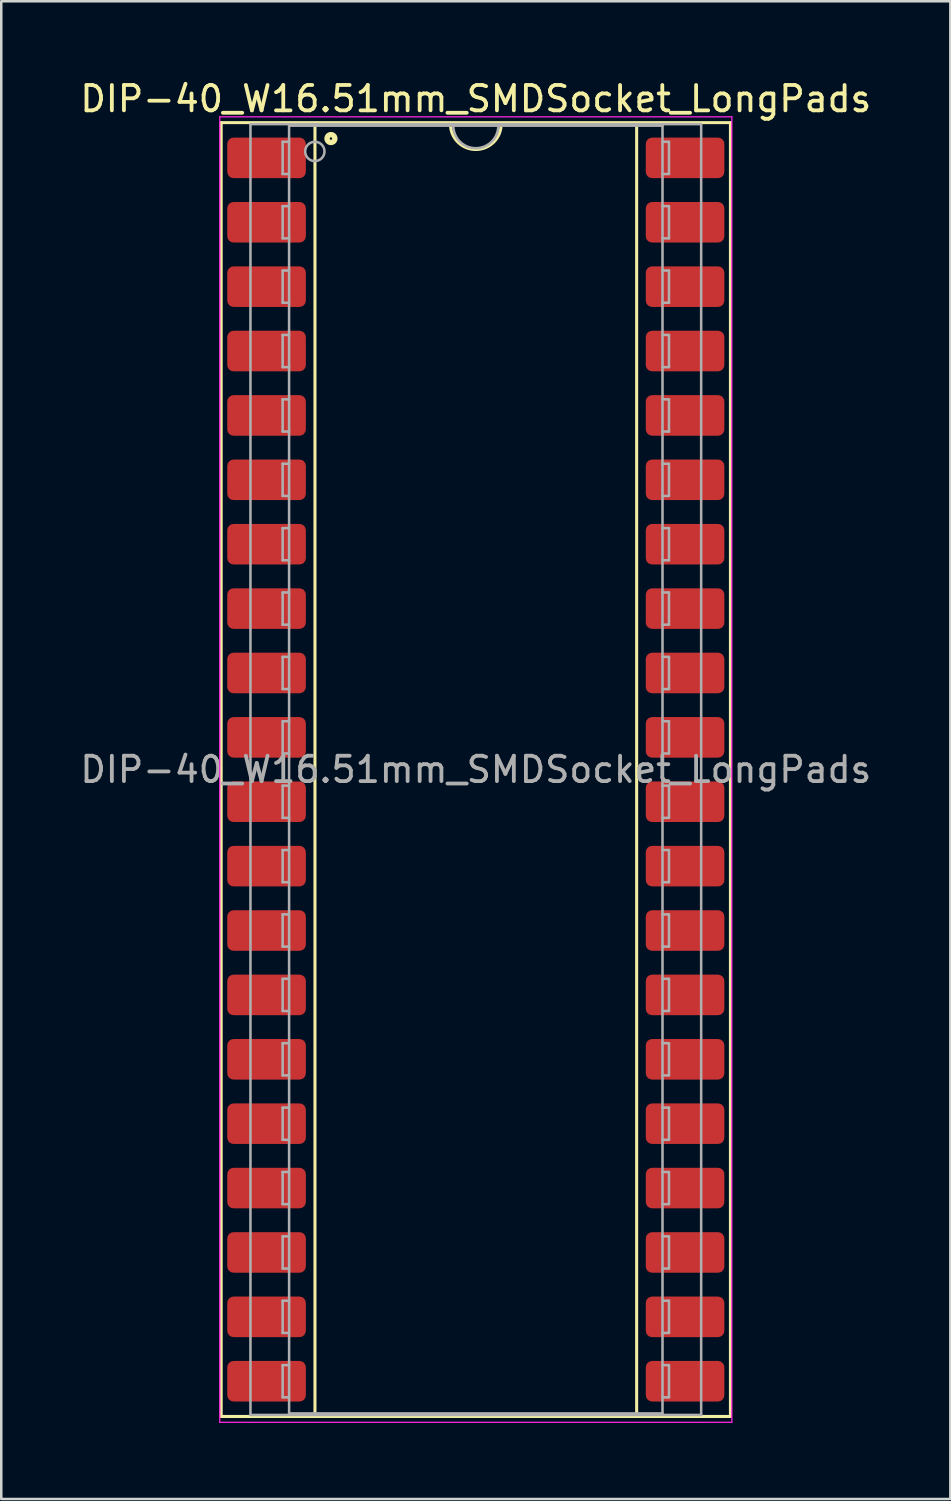
<source format=kicad_pcb>
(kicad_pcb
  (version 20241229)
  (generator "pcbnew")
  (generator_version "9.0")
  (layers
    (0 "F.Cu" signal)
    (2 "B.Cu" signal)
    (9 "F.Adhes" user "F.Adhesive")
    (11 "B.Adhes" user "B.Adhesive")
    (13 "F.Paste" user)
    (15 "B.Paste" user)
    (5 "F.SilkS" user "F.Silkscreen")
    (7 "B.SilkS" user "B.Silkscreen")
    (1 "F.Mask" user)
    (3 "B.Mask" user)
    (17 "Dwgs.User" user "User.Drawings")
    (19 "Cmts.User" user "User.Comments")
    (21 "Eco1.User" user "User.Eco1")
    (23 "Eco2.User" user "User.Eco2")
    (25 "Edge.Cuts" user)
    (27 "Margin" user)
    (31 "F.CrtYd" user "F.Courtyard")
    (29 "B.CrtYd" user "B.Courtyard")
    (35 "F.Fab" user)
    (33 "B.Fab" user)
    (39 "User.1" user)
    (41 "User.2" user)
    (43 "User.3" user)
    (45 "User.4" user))
  (footprint "DIP-40_W16.51mm_SMDSocket_LongPads"
    (layer "F.Cu")
    (at 15.72 27.308)
    (property "Reference" "DIP-40_W16.51mm_SMDSocket_LongPads" (at 0 -26.46 0) (layer "F.SilkS") (effects (font (size 1 1) (thickness 0.15))))
    (attr smd)
    (fp_line (start -10.045 -25.52) (end -10.045 25.52) (stroke (width 0.12) (type solid)) (layer "F.SilkS"))
    (fp_line (start -10.045 25.52) (end 10.045 25.52) (stroke (width 0.12) (type solid)) (layer "F.SilkS"))
    (fp_line (start -6.345 -25.46) (end -6.345 25.46) (stroke (width 0.12) (type solid)) (layer "F.SilkS"))
    (fp_line (start -6.345 25.46) (end 6.345 25.46) (stroke (width 0.12) (type solid)) (layer "F.SilkS"))
    (fp_line (start -1 -25.46) (end -6.345 -25.46) (stroke (width 0.12) (type solid)) (layer "F.SilkS"))
    (fp_line (start 6.345 -25.46) (end 1 -25.46) (stroke (width 0.12) (type solid)) (layer "F.SilkS"))
    (fp_line (start 6.345 25.46) (end 6.345 -25.46) (stroke (width 0.12) (type solid)) (layer "F.SilkS"))
    (fp_line (start 10.045 -25.52) (end -10.045 -25.52) (stroke (width 0.12) (type solid)) (layer "F.SilkS"))
    (fp_line (start 10.045 25.52) (end 10.045 -25.52) (stroke (width 0.12) (type solid)) (layer "F.SilkS"))
    (fp_arc (start 1 -25.46) (mid 0 -24.46) (end -1 -25.46) (stroke (width 0.12) (type solid)) (layer "F.SilkS"))
    (fp_circle (center -5.715 -24.892) (end -5.665 -24.892) (stroke (width 0.12) (type solid)) (fill no) (layer "F.SilkS"))
    (fp_circle (center -5.715 -24.892) (end -5.59 -24.892) (stroke (width 0.12) (type solid)) (fill no) (layer "F.SilkS"))
    (fp_circle (center -5.715 -24.892) (end -5.515 -24.892) (stroke (width 0.12) (type solid)) (fill no) (layer "F.SilkS"))
    (fp_line (start -10.1 -25.75) (end -10.1 25.75) (stroke (width 0.05) (type solid)) (layer "F.CrtYd"))
    (fp_line (start -10.1 25.75) (end 10.1 25.75) (stroke (width 0.05) (type solid)) (layer "F.CrtYd"))
    (fp_line (start 10.1 -25.75) (end -10.1 -25.75) (stroke (width 0.05) (type solid)) (layer "F.CrtYd"))
    (fp_line (start 10.1 25.75) (end 10.1 -25.75) (stroke (width 0.05) (type solid)) (layer "F.CrtYd"))
    (fp_line (start -8.89 -25.46) (end -8.89 25.46) (stroke (width 0.1) (type solid)) (layer "F.Fab"))
    (fp_line (start -8.89 25.46) (end 8.89 25.46) (stroke (width 0.1) (type solid)) (layer "F.Fab"))
    (fp_line (start -7.62 -24.765) (end -7.62 -23.495) (stroke (width 0.1) (type solid)) (layer "F.Fab"))
    (fp_line (start -7.62 -24.765) (end -7.366 -24.765) (stroke (width 0.1) (type solid)) (layer "F.Fab"))
    (fp_line (start -7.62 -23.495) (end -7.366 -23.495) (stroke (width 0.1) (type solid)) (layer "F.Fab"))
    (fp_line (start -7.62 -22.225) (end -7.62 -20.955) (stroke (width 0.1) (type solid)) (layer "F.Fab"))
    (fp_line (start -7.62 -22.225) (end -7.366 -22.225) (stroke (width 0.1) (type solid)) (layer "F.Fab"))
    (fp_line (start -7.62 -20.955) (end -7.366 -20.955) (stroke (width 0.1) (type solid)) (layer "F.Fab"))
    (fp_line (start -7.62 -19.685) (end -7.62 -18.415) (stroke (width 0.1) (type solid)) (layer "F.Fab"))
    (fp_line (start -7.62 -19.685) (end -7.366 -19.685) (stroke (width 0.1) (type solid)) (layer "F.Fab"))
    (fp_line (start -7.62 -18.415) (end -7.366 -18.415) (stroke (width 0.1) (type solid)) (layer "F.Fab"))
    (fp_line (start -7.62 -17.145) (end -7.62 -15.875) (stroke (width 0.1) (type solid)) (layer "F.Fab"))
    (fp_line (start -7.62 -17.145) (end -7.366 -17.145) (stroke (width 0.1) (type solid)) (layer "F.Fab"))
    (fp_line (start -7.62 -15.875) (end -7.366 -15.875) (stroke (width 0.1) (type solid)) (layer "F.Fab"))
    (fp_line (start -7.62 -14.605) (end -7.62 -13.335) (stroke (width 0.1) (type solid)) (layer "F.Fab"))
    (fp_line (start -7.62 -14.605) (end -7.366 -14.605) (stroke (width 0.1) (type solid)) (layer "F.Fab"))
    (fp_line (start -7.62 -13.335) (end -7.366 -13.335) (stroke (width 0.1) (type solid)) (layer "F.Fab"))
    (fp_line (start -7.62 -12.065) (end -7.62 -10.795) (stroke (width 0.1) (type solid)) (layer "F.Fab"))
    (fp_line (start -7.62 -12.065) (end -7.366 -12.065) (stroke (width 0.1) (type solid)) (layer "F.Fab"))
    (fp_line (start -7.62 -10.795) (end -7.366 -10.795) (stroke (width 0.1) (type solid)) (layer "F.Fab"))
    (fp_line (start -7.62 -9.525) (end -7.62 -8.255) (stroke (width 0.1) (type solid)) (layer "F.Fab"))
    (fp_line (start -7.62 -9.525) (end -7.366 -9.525) (stroke (width 0.1) (type solid)) (layer "F.Fab"))
    (fp_line (start -7.62 -8.255) (end -7.366 -8.255) (stroke (width 0.1) (type solid)) (layer "F.Fab"))
    (fp_line (start -7.62 -6.985) (end -7.62 -5.715) (stroke (width 0.1) (type solid)) (layer "F.Fab"))
    (fp_line (start -7.62 -6.985) (end -7.366 -6.985) (stroke (width 0.1) (type solid)) (layer "F.Fab"))
    (fp_line (start -7.62 -5.715) (end -7.366 -5.715) (stroke (width 0.1) (type solid)) (layer "F.Fab"))
    (fp_line (start -7.62 -4.445) (end -7.62 -3.175) (stroke (width 0.1) (type solid)) (layer "F.Fab"))
    (fp_line (start -7.62 -4.445) (end -7.366 -4.445) (stroke (width 0.1) (type solid)) (layer "F.Fab"))
    (fp_line (start -7.62 -3.175) (end -7.366 -3.175) (stroke (width 0.1) (type solid)) (layer "F.Fab"))
    (fp_line (start -7.62 -1.905) (end -7.62 -0.635) (stroke (width 0.1) (type solid)) (layer "F.Fab"))
    (fp_line (start -7.62 -1.905) (end -7.366 -1.905) (stroke (width 0.1) (type solid)) (layer "F.Fab"))
    (fp_line (start -7.62 -0.635) (end -7.366 -0.635) (stroke (width 0.1) (type solid)) (layer "F.Fab"))
    (fp_line (start -7.62 0.635) (end -7.62 1.905) (stroke (width 0.1) (type solid)) (layer "F.Fab"))
    (fp_line (start -7.62 0.635) (end -7.366 0.635) (stroke (width 0.1) (type solid)) (layer "F.Fab"))
    (fp_line (start -7.62 1.905) (end -7.366 1.905) (stroke (width 0.1) (type solid)) (layer "F.Fab"))
    (fp_line (start -7.62 3.175) (end -7.62 4.445) (stroke (width 0.1) (type solid)) (layer "F.Fab"))
    (fp_line (start -7.62 3.175) (end -7.366 3.175) (stroke (width 0.1) (type solid)) (layer "F.Fab"))
    (fp_line (start -7.62 4.445) (end -7.366 4.445) (stroke (width 0.1) (type solid)) (layer "F.Fab"))
    (fp_line (start -7.62 5.715) (end -7.62 6.985) (stroke (width 0.1) (type solid)) (layer "F.Fab"))
    (fp_line (start -7.62 5.715) (end -7.366 5.715) (stroke (width 0.1) (type solid)) (layer "F.Fab"))
    (fp_line (start -7.62 6.985) (end -7.366 6.985) (stroke (width 0.1) (type solid)) (layer "F.Fab"))
    (fp_line (start -7.62 8.255) (end -7.62 9.525) (stroke (width 0.1) (type solid)) (layer "F.Fab"))
    (fp_line (start -7.62 8.255) (end -7.366 8.255) (stroke (width 0.1) (type solid)) (layer "F.Fab"))
    (fp_line (start -7.62 9.525) (end -7.366 9.525) (stroke (width 0.1) (type solid)) (layer "F.Fab"))
    (fp_line (start -7.62 10.795) (end -7.62 12.065) (stroke (width 0.1) (type solid)) (layer "F.Fab"))
    (fp_line (start -7.62 10.795) (end -7.366 10.795) (stroke (width 0.1) (type solid)) (layer "F.Fab"))
    (fp_line (start -7.62 12.065) (end -7.366 12.065) (stroke (width 0.1) (type solid)) (layer "F.Fab"))
    (fp_line (start -7.62 13.335) (end -7.62 14.605) (stroke (width 0.1) (type solid)) (layer "F.Fab"))
    (fp_line (start -7.62 13.335) (end -7.366 13.335) (stroke (width 0.1) (type solid)) (layer "F.Fab"))
    (fp_line (start -7.62 14.605) (end -7.366 14.605) (stroke (width 0.1) (type solid)) (layer "F.Fab"))
    (fp_line (start -7.62 15.875) (end -7.62 17.145) (stroke (width 0.1) (type solid)) (layer "F.Fab"))
    (fp_line (start -7.62 15.875) (end -7.366 15.875) (stroke (width 0.1) (type solid)) (layer "F.Fab"))
    (fp_line (start -7.62 17.145) (end -7.366 17.145) (stroke (width 0.1) (type solid)) (layer "F.Fab"))
    (fp_line (start -7.62 18.415) (end -7.62 19.685) (stroke (width 0.1) (type solid)) (layer "F.Fab"))
    (fp_line (start -7.62 18.415) (end -7.366 18.415) (stroke (width 0.1) (type solid)) (layer "F.Fab"))
    (fp_line (start -7.62 19.685) (end -7.366 19.685) (stroke (width 0.1) (type solid)) (layer "F.Fab"))
    (fp_line (start -7.62 20.955) (end -7.62 22.225) (stroke (width 0.1) (type solid)) (layer "F.Fab"))
    (fp_line (start -7.62 20.955) (end -7.366 20.955) (stroke (width 0.1) (type solid)) (layer "F.Fab"))
    (fp_line (start -7.62 22.225) (end -7.366 22.225) (stroke (width 0.1) (type solid)) (layer "F.Fab"))
    (fp_line (start -7.62 23.495) (end -7.62 24.765) (stroke (width 0.1) (type solid)) (layer "F.Fab"))
    (fp_line (start -7.62 23.495) (end -7.366 23.495) (stroke (width 0.1) (type solid)) (layer "F.Fab"))
    (fp_line (start -7.62 24.765) (end -7.366 24.765) (stroke (width 0.1) (type solid)) (layer "F.Fab"))
    (fp_line (start -7.366 -25.4) (end 7.365 -25.4) (stroke (width 0.1) (type solid)) (layer "F.Fab"))
    (fp_line (start -7.365 25.4) (end -7.366 -25.4) (stroke (width 0.1) (type solid)) (layer "F.Fab"))
    (fp_line (start 7.365 -25.4) (end 7.365 25.4) (stroke (width 0.1) (type solid)) (layer "F.Fab"))
    (fp_line (start 7.365 25.4) (end -7.365 25.4) (stroke (width 0.1) (type solid)) (layer "F.Fab"))
    (fp_line (start 7.62 -24.765) (end 7.366 -24.765) (stroke (width 0.1) (type solid)) (layer "F.Fab"))
    (fp_line (start 7.62 -23.495) (end 7.366 -23.495) (stroke (width 0.1) (type solid)) (layer "F.Fab"))
    (fp_line (start 7.62 -23.495) (end 7.62 -24.765) (stroke (width 0.1) (type solid)) (layer "F.Fab"))
    (fp_line (start 7.62 -22.225) (end 7.366 -22.225) (stroke (width 0.1) (type solid)) (layer "F.Fab"))
    (fp_line (start 7.62 -20.955) (end 7.366 -20.955) (stroke (width 0.1) (type solid)) (layer "F.Fab"))
    (fp_line (start 7.62 -20.955) (end 7.62 -22.225) (stroke (width 0.1) (type solid)) (layer "F.Fab"))
    (fp_line (start 7.62 -19.685) (end 7.366 -19.685) (stroke (width 0.1) (type solid)) (layer "F.Fab"))
    (fp_line (start 7.62 -18.415) (end 7.366 -18.415) (stroke (width 0.1) (type solid)) (layer "F.Fab"))
    (fp_line (start 7.62 -18.415) (end 7.62 -19.685) (stroke (width 0.1) (type solid)) (layer "F.Fab"))
    (fp_line (start 7.62 -17.145) (end 7.366 -17.145) (stroke (width 0.1) (type solid)) (layer "F.Fab"))
    (fp_line (start 7.62 -15.875) (end 7.366 -15.875) (stroke (width 0.1) (type solid)) (layer "F.Fab"))
    (fp_line (start 7.62 -15.875) (end 7.62 -17.145) (stroke (width 0.1) (type solid)) (layer "F.Fab"))
    (fp_line (start 7.62 -14.605) (end 7.366 -14.605) (stroke (width 0.1) (type solid)) (layer "F.Fab"))
    (fp_line (start 7.62 -13.335) (end 7.366 -13.335) (stroke (width 0.1) (type solid)) (layer "F.Fab"))
    (fp_line (start 7.62 -13.335) (end 7.62 -14.605) (stroke (width 0.1) (type solid)) (layer "F.Fab"))
    (fp_line (start 7.62 -12.065) (end 7.366 -12.065) (stroke (width 0.1) (type solid)) (layer "F.Fab"))
    (fp_line (start 7.62 -10.795) (end 7.366 -10.795) (stroke (width 0.1) (type solid)) (layer "F.Fab"))
    (fp_line (start 7.62 -10.795) (end 7.62 -12.065) (stroke (width 0.1) (type solid)) (layer "F.Fab"))
    (fp_line (start 7.62 -9.525) (end 7.366 -9.525) (stroke (width 0.1) (type solid)) (layer "F.Fab"))
    (fp_line (start 7.62 -8.255) (end 7.366 -8.255) (stroke (width 0.1) (type solid)) (layer "F.Fab"))
    (fp_line (start 7.62 -8.255) (end 7.62 -9.525) (stroke (width 0.1) (type solid)) (layer "F.Fab"))
    (fp_line (start 7.62 -6.985) (end 7.366 -6.985) (stroke (width 0.1) (type solid)) (layer "F.Fab"))
    (fp_line (start 7.62 -5.715) (end 7.366 -5.715) (stroke (width 0.1) (type solid)) (layer "F.Fab"))
    (fp_line (start 7.62 -5.715) (end 7.62 -6.985) (stroke (width 0.1) (type solid)) (layer "F.Fab"))
    (fp_line (start 7.62 -4.445) (end 7.366 -4.445) (stroke (width 0.1) (type solid)) (layer "F.Fab"))
    (fp_line (start 7.62 -3.175) (end 7.366 -3.175) (stroke (width 0.1) (type solid)) (layer "F.Fab"))
    (fp_line (start 7.62 -3.175) (end 7.62 -4.445) (stroke (width 0.1) (type solid)) (layer "F.Fab"))
    (fp_line (start 7.62 -1.905) (end 7.366 -1.905) (stroke (width 0.1) (type solid)) (layer "F.Fab"))
    (fp_line (start 7.62 -0.635) (end 7.366 -0.635) (stroke (width 0.1) (type solid)) (layer "F.Fab"))
    (fp_line (start 7.62 -0.635) (end 7.62 -1.905) (stroke (width 0.1) (type solid)) (layer "F.Fab"))
    (fp_line (start 7.62 0.635) (end 7.366 0.635) (stroke (width 0.1) (type solid)) (layer "F.Fab"))
    (fp_line (start 7.62 1.905) (end 7.366 1.905) (stroke (width 0.1) (type solid)) (layer "F.Fab"))
    (fp_line (start 7.62 1.905) (end 7.62 0.635) (stroke (width 0.1) (type solid)) (layer "F.Fab"))
    (fp_line (start 7.62 3.175) (end 7.366 3.175) (stroke (width 0.1) (type solid)) (layer "F.Fab"))
    (fp_line (start 7.62 4.445) (end 7.366 4.445) (stroke (width 0.1) (type solid)) (layer "F.Fab"))
    (fp_line (start 7.62 4.445) (end 7.62 3.175) (stroke (width 0.1) (type solid)) (layer "F.Fab"))
    (fp_line (start 7.62 5.715) (end 7.366 5.715) (stroke (width 0.1) (type solid)) (layer "F.Fab"))
    (fp_line (start 7.62 6.985) (end 7.366 6.985) (stroke (width 0.1) (type solid)) (layer "F.Fab"))
    (fp_line (start 7.62 6.985) (end 7.62 5.715) (stroke (width 0.1) (type solid)) (layer "F.Fab"))
    (fp_line (start 7.62 8.255) (end 7.366 8.255) (stroke (width 0.1) (type solid)) (layer "F.Fab"))
    (fp_line (start 7.62 9.525) (end 7.366 9.525) (stroke (width 0.1) (type solid)) (layer "F.Fab"))
    (fp_line (start 7.62 9.525) (end 7.62 8.255) (stroke (width 0.1) (type solid)) (layer "F.Fab"))
    (fp_line (start 7.62 10.795) (end 7.366 10.795) (stroke (width 0.1) (type solid)) (layer "F.Fab"))
    (fp_line (start 7.62 12.065) (end 7.366 12.065) (stroke (width 0.1) (type solid)) (layer "F.Fab"))
    (fp_line (start 7.62 12.065) (end 7.62 10.795) (stroke (width 0.1) (type solid)) (layer "F.Fab"))
    (fp_line (start 7.62 13.335) (end 7.366 13.335) (stroke (width 0.1) (type solid)) (layer "F.Fab"))
    (fp_line (start 7.62 14.605) (end 7.366 14.605) (stroke (width 0.1) (type solid)) (layer "F.Fab"))
    (fp_line (start 7.62 14.605) (end 7.62 13.335) (stroke (width 0.1) (type solid)) (layer "F.Fab"))
    (fp_line (start 7.62 15.875) (end 7.366 15.875) (stroke (width 0.1) (type solid)) (layer "F.Fab"))
    (fp_line (start 7.62 17.145) (end 7.366 17.145) (stroke (width 0.1) (type solid)) (layer "F.Fab"))
    (fp_line (start 7.62 17.145) (end 7.62 15.875) (stroke (width 0.1) (type solid)) (layer "F.Fab"))
    (fp_line (start 7.62 18.415) (end 7.366 18.415) (stroke (width 0.1) (type solid)) (layer "F.Fab"))
    (fp_line (start 7.62 19.685) (end 7.366 19.685) (stroke (width 0.1) (type solid)) (layer "F.Fab"))
    (fp_line (start 7.62 19.685) (end 7.62 18.415) (stroke (width 0.1) (type solid)) (layer "F.Fab"))
    (fp_line (start 7.62 20.955) (end 7.366 20.955) (stroke (width 0.1) (type solid)) (layer "F.Fab"))
    (fp_line (start 7.62 22.225) (end 7.366 22.225) (stroke (width 0.1) (type solid)) (layer "F.Fab"))
    (fp_line (start 7.62 22.225) (end 7.62 20.955) (stroke (width 0.1) (type solid)) (layer "F.Fab"))
    (fp_line (start 7.62 23.495) (end 7.366 23.495) (stroke (width 0.1) (type solid)) (layer "F.Fab"))
    (fp_line (start 7.62 24.765) (end 7.366 24.765) (stroke (width 0.1) (type solid)) (layer "F.Fab"))
    (fp_line (start 7.62 24.765) (end 7.62 23.495) (stroke (width 0.1) (type solid)) (layer "F.Fab"))
    (fp_line (start 8.89 -25.46) (end -8.89 -25.46) (stroke (width 0.1) (type solid)) (layer "F.Fab"))
    (fp_line (start 8.89 25.46) (end 8.89 -25.46) (stroke (width 0.1) (type solid)) (layer "F.Fab"))
    (fp_arc (start 0.889 -25.4) (mid 0 -24.511) (end -0.889 -25.4) (stroke (width 0.1) (type solid)) (layer "F.Fab"))
    (fp_circle (center -6.35 -24.384) (end -5.969 -24.384) (stroke (width 0.1) (type solid)) (fill no) (layer "F.Fab"))
    (fp_text user "${REFERENCE}" (at 0 0 0) (layer "F.Fab") (effects (font (size 1 1) (thickness 0.15))))
    (pad "1" smd roundrect (at -8.255 -24.13) (size 3.1 1.6) (layers "F.Cu" "F.Mask" "F.Paste") (roundrect_rratio 0.156))
    (pad "2" smd roundrect (at -8.255 -21.59) (size 3.1 1.6) (layers "F.Cu" "F.Mask" "F.Paste") (roundrect_rratio 0.156))
    (pad "3" smd roundrect (at -8.255 -19.05) (size 3.1 1.6) (layers "F.Cu" "F.Mask" "F.Paste") (roundrect_rratio 0.156))
    (pad "4" smd roundrect (at -8.255 -16.51) (size 3.1 1.6) (layers "F.Cu" "F.Mask" "F.Paste") (roundrect_rratio 0.156))
    (pad "5" smd roundrect (at -8.255 -13.97) (size 3.1 1.6) (layers "F.Cu" "F.Mask" "F.Paste") (roundrect_rratio 0.156))
    (pad "6" smd roundrect (at -8.255 -11.43) (size 3.1 1.6) (layers "F.Cu" "F.Mask" "F.Paste") (roundrect_rratio 0.156))
    (pad "7" smd roundrect (at -8.255 -8.89) (size 3.1 1.6) (layers "F.Cu" "F.Mask" "F.Paste") (roundrect_rratio 0.156))
    (pad "8" smd roundrect (at -8.255 -6.35) (size 3.1 1.6) (layers "F.Cu" "F.Mask" "F.Paste") (roundrect_rratio 0.156))
    (pad "9" smd roundrect (at -8.255 -3.81) (size 3.1 1.6) (layers "F.Cu" "F.Mask" "F.Paste") (roundrect_rratio 0.156))
    (pad "10" smd roundrect (at -8.255 -1.27) (size 3.1 1.6) (layers "F.Cu" "F.Mask" "F.Paste") (roundrect_rratio 0.156))
    (pad "11" smd roundrect (at -8.255 1.27) (size 3.1 1.6) (layers "F.Cu" "F.Mask" "F.Paste") (roundrect_rratio 0.156))
    (pad "12" smd roundrect (at -8.255 3.81) (size 3.1 1.6) (layers "F.Cu" "F.Mask" "F.Paste") (roundrect_rratio 0.156))
    (pad "13" smd roundrect (at -8.255 6.35) (size 3.1 1.6) (layers "F.Cu" "F.Mask" "F.Paste") (roundrect_rratio 0.156))
    (pad "14" smd roundrect (at -8.255 8.89) (size 3.1 1.6) (layers "F.Cu" "F.Mask" "F.Paste") (roundrect_rratio 0.156))
    (pad "15" smd roundrect (at -8.255 11.43) (size 3.1 1.6) (layers "F.Cu" "F.Mask" "F.Paste") (roundrect_rratio 0.156))
    (pad "16" smd roundrect (at -8.255 13.97) (size 3.1 1.6) (layers "F.Cu" "F.Mask" "F.Paste") (roundrect_rratio 0.156))
    (pad "17" smd roundrect (at -8.255 16.51) (size 3.1 1.6) (layers "F.Cu" "F.Mask" "F.Paste") (roundrect_rratio 0.156))
    (pad "18" smd roundrect (at -8.255 19.05) (size 3.1 1.6) (layers "F.Cu" "F.Mask" "F.Paste") (roundrect_rratio 0.156))
    (pad "19" smd roundrect (at -8.255 21.59) (size 3.1 1.6) (layers "F.Cu" "F.Mask" "F.Paste") (roundrect_rratio 0.156))
    (pad "20" smd roundrect (at -8.255 24.13) (size 3.1 1.6) (layers "F.Cu" "F.Mask" "F.Paste") (roundrect_rratio 0.156))
    (pad "21" smd roundrect (at 8.255 24.13) (size 3.1 1.6) (layers "F.Cu" "F.Mask" "F.Paste") (roundrect_rratio 0.156))
    (pad "22" smd roundrect (at 8.255 21.59) (size 3.1 1.6) (layers "F.Cu" "F.Mask" "F.Paste") (roundrect_rratio 0.156))
    (pad "23" smd roundrect (at 8.255 19.05) (size 3.1 1.6) (layers "F.Cu" "F.Mask" "F.Paste") (roundrect_rratio 0.156))
    (pad "24" smd roundrect (at 8.255 16.51) (size 3.1 1.6) (layers "F.Cu" "F.Mask" "F.Paste") (roundrect_rratio 0.156))
    (pad "25" smd roundrect (at 8.255 13.97) (size 3.1 1.6) (layers "F.Cu" "F.Mask" "F.Paste") (roundrect_rratio 0.156))
    (pad "26" smd roundrect (at 8.255 11.43) (size 3.1 1.6) (layers "F.Cu" "F.Mask" "F.Paste") (roundrect_rratio 0.156))
    (pad "27" smd roundrect (at 8.255 8.89) (size 3.1 1.6) (layers "F.Cu" "F.Mask" "F.Paste") (roundrect_rratio 0.156))
    (pad "28" smd roundrect (at 8.255 6.35) (size 3.1 1.6) (layers "F.Cu" "F.Mask" "F.Paste") (roundrect_rratio 0.156))
    (pad "29" smd roundrect (at 8.255 3.81) (size 3.1 1.6) (layers "F.Cu" "F.Mask" "F.Paste") (roundrect_rratio 0.156))
    (pad "30" smd roundrect (at 8.255 1.27) (size 3.1 1.6) (layers "F.Cu" "F.Mask" "F.Paste") (roundrect_rratio 0.156))
    (pad "31" smd roundrect (at 8.255 -1.27) (size 3.1 1.6) (layers "F.Cu" "F.Mask" "F.Paste") (roundrect_rratio 0.156))
    (pad "32" smd roundrect (at 8.255 -3.81) (size 3.1 1.6) (layers "F.Cu" "F.Mask" "F.Paste") (roundrect_rratio 0.156))
    (pad "33" smd roundrect (at 8.255 -6.35) (size 3.1 1.6) (layers "F.Cu" "F.Mask" "F.Paste") (roundrect_rratio 0.156))
    (pad "34" smd roundrect (at 8.255 -8.89) (size 3.1 1.6) (layers "F.Cu" "F.Mask" "F.Paste") (roundrect_rratio 0.156))
    (pad "35" smd roundrect (at 8.255 -11.43) (size 3.1 1.6) (layers "F.Cu" "F.Mask" "F.Paste") (roundrect_rratio 0.156))
    (pad "36" smd roundrect (at 8.255 -13.97) (size 3.1 1.6) (layers "F.Cu" "F.Mask" "F.Paste") (roundrect_rratio 0.156))
    (pad "37" smd roundrect (at 8.255 -16.51) (size 3.1 1.6) (layers "F.Cu" "F.Mask" "F.Paste") (roundrect_rratio 0.156))
    (pad "38" smd roundrect (at 8.255 -19.05) (size 3.1 1.6) (layers "F.Cu" "F.Mask" "F.Paste") (roundrect_rratio 0.156))
    (pad "39" smd roundrect (at 8.255 -21.59) (size 3.1 1.6) (layers "F.Cu" "F.Mask" "F.Paste") (roundrect_rratio 0.156))
    (pad "40" smd roundrect (at 8.255 -24.13) (size 3.1 1.6) (layers "F.Cu" "F.Mask" "F.Paste") (roundrect_rratio 0.156)))
  (gr_rect
    (start -3 -3)
    (end 34.44 56.083)
    (stroke (width 0.1) (type default))
    (fill no)
    (layer "Edge.Cuts")))
</source>
